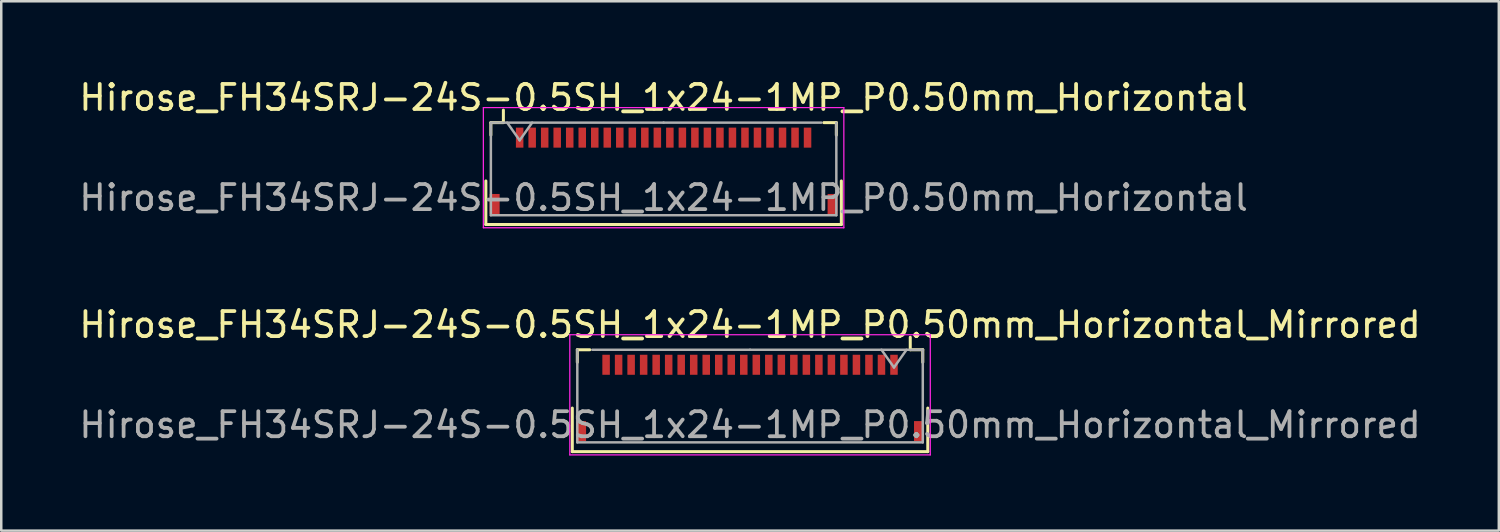
<source format=kicad_pcb>
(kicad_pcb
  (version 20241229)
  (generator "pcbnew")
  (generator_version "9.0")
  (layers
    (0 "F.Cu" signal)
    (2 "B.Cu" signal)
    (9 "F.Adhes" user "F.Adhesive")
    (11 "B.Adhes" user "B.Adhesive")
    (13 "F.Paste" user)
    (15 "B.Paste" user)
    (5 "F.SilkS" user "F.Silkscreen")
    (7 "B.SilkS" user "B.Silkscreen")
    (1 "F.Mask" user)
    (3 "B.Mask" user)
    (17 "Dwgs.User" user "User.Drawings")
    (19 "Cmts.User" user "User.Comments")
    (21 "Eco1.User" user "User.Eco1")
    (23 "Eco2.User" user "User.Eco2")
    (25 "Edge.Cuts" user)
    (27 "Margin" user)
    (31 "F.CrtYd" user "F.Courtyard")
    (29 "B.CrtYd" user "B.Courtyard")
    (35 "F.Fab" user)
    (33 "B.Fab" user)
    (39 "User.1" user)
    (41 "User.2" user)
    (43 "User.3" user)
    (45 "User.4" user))
  (footprint "Hirose_FH34SRJ-24S-0.5SH_1x24-1MP_P0.50mm_Horizontal_Mirrored"
    (layer "F.Cu")
    (at 26.911 11.921)
    (property "Reference" "Hirose_FH34SRJ-24S-0.5SH_1x24-1MP_P0.50mm_Horizontal_Mirrored" (at 0 -2 0) (layer "F.SilkS") (effects (font (size 1 1) (thickness 0.15))))
    (attr smd)
    (fp_line (start -7.1 1.33) (end -7.1 3.07) (stroke (width 0.12) (type solid)) (layer "F.SilkS"))
    (fp_line (start -7.1 3.07) (end 7.1 3.07) (stroke (width 0.12) (type solid)) (layer "F.SilkS"))
    (fp_line (start -6.9 -1) (end -6.9 -0.5) (stroke (width 0.12) (type solid)) (layer "F.SilkS"))
    (fp_line (start -6.4 -1) (end -6.9 -1) (stroke (width 0.12) (type solid)) (layer "F.SilkS"))
    (fp_line (start 6.4 -1) (end 6.4 -1.5) (stroke (width 0.12) (type solid)) (layer "F.SilkS"))
    (fp_line (start 6.4 -1) (end 6.9 -1) (stroke (width 0.12) (type solid)) (layer "F.SilkS"))
    (fp_line (start 6.9 -1) (end 6.9 -0.5) (stroke (width 0.12) (type solid)) (layer "F.SilkS"))
    (fp_line (start 7.1 3.07) (end 7.1 1.33) (stroke (width 0.12) (type solid)) (layer "F.SilkS"))
    (fp_line (start -7.2 -1.6) (end -7.2 3.2) (stroke (width 0.05) (type solid)) (layer "F.CrtYd"))
    (fp_line (start -7.2 -1.6) (end 7.2 -1.6) (stroke (width 0.05) (type solid)) (layer "F.CrtYd"))
    (fp_line (start -7.2 3.2) (end 7.2 3.2) (stroke (width 0.05) (type solid)) (layer "F.CrtYd"))
    (fp_line (start 7.2 3.2) (end 7.2 -1.6) (stroke (width 0.05) (type solid)) (layer "F.CrtYd"))
    (fp_line (start -6.9 -1) (end -6.9 2.7) (stroke (width 0.1) (type solid)) (layer "F.Fab"))
    (fp_line (start -6.9 2.7) (end 6.9 2.7) (stroke (width 0.1) (type default)) (layer "F.Fab"))
    (fp_line (start 0 -1) (end -6.3 -1) (stroke (width 0.1) (type solid)) (layer "F.Fab"))
    (fp_line (start 0 -1) (end 6.9 -1) (stroke (width 0.1) (type solid)) (layer "F.Fab"))
    (fp_line (start 5.75 -0.293) (end 5.25 -1) (stroke (width 0.1) (type solid)) (layer "F.Fab"))
    (fp_line (start 6.25 -1) (end 5.75 -0.293) (stroke (width 0.1) (type solid)) (layer "F.Fab"))
    (fp_line (start 6.9 -1) (end 6.9 2.7) (stroke (width 0.1) (type solid)) (layer "F.Fab"))
    (fp_text user "${REFERENCE}" (at 0 2 0) (layer "F.Fab") (effects (font (size 1 1) (thickness 0.15))))
    (pad "1" smd rect (at 5.75 -0.4) (size 0.3 0.8) (layers "F.Cu" "F.Mask" "F.Paste"))
    (pad "2" smd rect (at 5.25 -0.4) (size 0.3 0.8) (layers "F.Cu" "F.Mask" "F.Paste"))
    (pad "3" smd rect (at 4.75 -0.4) (size 0.3 0.8) (layers "F.Cu" "F.Mask" "F.Paste"))
    (pad "4" smd rect (at 4.25 -0.4) (size 0.3 0.8) (layers "F.Cu" "F.Mask" "F.Paste"))
    (pad "5" smd rect (at 3.75 -0.4) (size 0.3 0.8) (layers "F.Cu" "F.Mask" "F.Paste"))
    (pad "6" smd rect (at 3.25 -0.4) (size 0.3 0.8) (layers "F.Cu" "F.Mask" "F.Paste"))
    (pad "7" smd rect (at 2.75 -0.4) (size 0.3 0.8) (layers "F.Cu" "F.Mask" "F.Paste"))
    (pad "8" smd rect (at 2.25 -0.4) (size 0.3 0.8) (layers "F.Cu" "F.Mask" "F.Paste"))
    (pad "9" smd rect (at 1.75 -0.4) (size 0.3 0.8) (layers "F.Cu" "F.Mask" "F.Paste"))
    (pad "10" smd rect (at 1.25 -0.4) (size 0.3 0.8) (layers "F.Cu" "F.Mask" "F.Paste"))
    (pad "11" smd rect (at 0.75 -0.4) (size 0.3 0.8) (layers "F.Cu" "F.Mask" "F.Paste"))
    (pad "12" smd rect (at 0.25 -0.4) (size 0.3 0.8) (layers "F.Cu" "F.Mask" "F.Paste"))
    (pad "13" smd rect (at -0.25 -0.4) (size 0.3 0.8) (layers "F.Cu" "F.Mask" "F.Paste"))
    (pad "14" smd rect (at -0.75 -0.4) (size 0.3 0.8) (layers "F.Cu" "F.Mask" "F.Paste"))
    (pad "15" smd rect (at -1.25 -0.4) (size 0.3 0.8) (layers "F.Cu" "F.Mask" "F.Paste"))
    (pad "16" smd rect (at -1.75 -0.4) (size 0.3 0.8) (layers "F.Cu" "F.Mask" "F.Paste"))
    (pad "17" smd rect (at -2.25 -0.4) (size 0.3 0.8) (layers "F.Cu" "F.Mask" "F.Paste"))
    (pad "18" smd rect (at -2.75 -0.4) (size 0.3 0.8) (layers "F.Cu" "F.Mask" "F.Paste"))
    (pad "19" smd rect (at -3.25 -0.4) (size 0.3 0.8) (layers "F.Cu" "F.Mask" "F.Paste"))
    (pad "20" smd rect (at -3.75 -0.4) (size 0.3 0.8) (layers "F.Cu" "F.Mask" "F.Paste"))
    (pad "21" smd rect (at -4.25 -0.4) (size 0.3 0.8) (layers "F.Cu" "F.Mask" "F.Paste"))
    (pad "22" smd rect (at -4.75 -0.4) (size 0.3 0.8) (layers "F.Cu" "F.Mask" "F.Paste"))
    (pad "23" smd rect (at -5.25 -0.4) (size 0.3 0.8) (layers "F.Cu" "F.Mask" "F.Paste"))
    (pad "24" smd rect (at -5.75 -0.4) (size 0.3 0.8) (layers "F.Cu" "F.Mask" "F.Paste"))
    (pad "MP" smd rect (at -6.75 2.25) (size 0.4 0.8) (layers "F.Cu" "F.Mask" "F.Paste"))
    (pad "MP" smd rect (at 6.75 2.25) (size 0.4 0.8) (layers "F.Cu" "F.Mask" "F.Paste")))
  (footprint "Hirose_FH34SRJ-24S-0.5SH_1x24-1MP_P0.50mm_Horizontal"
    (layer "F.Cu")
    (at 23.458 2.848)
    (property "Reference" "Hirose_FH34SRJ-24S-0.5SH_1x24-1MP_P0.50mm_Horizontal" (at 0 -2 0) (layer "F.SilkS") (effects (font (size 1 1) (thickness 0.15))))
    (attr smd)
    (fp_line (start -7.1 1.33) (end -7.1 3.07) (stroke (width 0.12) (type solid)) (layer "F.SilkS"))
    (fp_line (start -7.1 3.07) (end 7.1 3.07) (stroke (width 0.12) (type solid)) (layer "F.SilkS"))
    (fp_line (start -6.9 -1) (end -6.9 -0.5) (stroke (width 0.12) (type solid)) (layer "F.SilkS"))
    (fp_line (start -6.4 -1) (end -6.9 -1) (stroke (width 0.12) (type solid)) (layer "F.SilkS"))
    (fp_line (start -6.4 -1) (end -6.4 -1.5) (stroke (width 0.12) (type solid)) (layer "F.SilkS"))
    (fp_line (start 6.4 -1) (end 6.9 -1) (stroke (width 0.12) (type solid)) (layer "F.SilkS"))
    (fp_line (start 6.9 -1) (end 6.9 -0.5) (stroke (width 0.12) (type solid)) (layer "F.SilkS"))
    (fp_line (start 7.1 3.07) (end 7.1 1.33) (stroke (width 0.12) (type solid)) (layer "F.SilkS"))
    (fp_line (start -7.2 -1.6) (end -7.2 3.2) (stroke (width 0.05) (type solid)) (layer "F.CrtYd"))
    (fp_line (start -7.2 3.2) (end 7.2 3.2) (stroke (width 0.05) (type solid)) (layer "F.CrtYd"))
    (fp_line (start 7.2 -1.6) (end -7.2 -1.6) (stroke (width 0.05) (type solid)) (layer "F.CrtYd"))
    (fp_line (start 7.2 3.2) (end 7.2 -1.6) (stroke (width 0.05) (type solid)) (layer "F.CrtYd"))
    (fp_line (start -6.9 -1) (end -6.9 2.7) (stroke (width 0.1) (type solid)) (layer "F.Fab"))
    (fp_line (start -6.9 2.7) (end 6.9 2.7) (stroke (width 0.1) (type default)) (layer "F.Fab"))
    (fp_line (start -6.25 -1) (end -5.75 -0.293) (stroke (width 0.1) (type solid)) (layer "F.Fab"))
    (fp_line (start -5.75 -0.293) (end -5.25 -1) (stroke (width 0.1) (type solid)) (layer "F.Fab"))
    (fp_line (start 0 -1) (end -6.9 -1) (stroke (width 0.1) (type solid)) (layer "F.Fab"))
    (fp_line (start 0 -1) (end 6.3 -1) (stroke (width 0.1) (type solid)) (layer "F.Fab"))
    (fp_line (start 6.9 -1) (end 6.9 2.7) (stroke (width 0.1) (type solid)) (layer "F.Fab"))
    (fp_text user "${REFERENCE}" (at 0 2 0) (layer "F.Fab") (effects (font (size 1 1) (thickness 0.15))))
    (pad "1" smd rect (at -5.75 -0.4) (size 0.3 0.8) (layers "F.Cu" "F.Mask" "F.Paste"))
    (pad "2" smd rect (at -5.25 -0.4) (size 0.3 0.8) (layers "F.Cu" "F.Mask" "F.Paste"))
    (pad "3" smd rect (at -4.75 -0.4) (size 0.3 0.8) (layers "F.Cu" "F.Mask" "F.Paste"))
    (pad "4" smd rect (at -4.25 -0.4) (size 0.3 0.8) (layers "F.Cu" "F.Mask" "F.Paste"))
    (pad "5" smd rect (at -3.75 -0.4) (size 0.3 0.8) (layers "F.Cu" "F.Mask" "F.Paste"))
    (pad "6" smd rect (at -3.25 -0.4) (size 0.3 0.8) (layers "F.Cu" "F.Mask" "F.Paste"))
    (pad "7" smd rect (at -2.75 -0.4) (size 0.3 0.8) (layers "F.Cu" "F.Mask" "F.Paste"))
    (pad "8" smd rect (at -2.25 -0.4) (size 0.3 0.8) (layers "F.Cu" "F.Mask" "F.Paste"))
    (pad "9" smd rect (at -1.75 -0.4) (size 0.3 0.8) (layers "F.Cu" "F.Mask" "F.Paste"))
    (pad "10" smd rect (at -1.25 -0.4) (size 0.3 0.8) (layers "F.Cu" "F.Mask" "F.Paste"))
    (pad "11" smd rect (at -0.75 -0.4) (size 0.3 0.8) (layers "F.Cu" "F.Mask" "F.Paste"))
    (pad "12" smd rect (at -0.25 -0.4) (size 0.3 0.8) (layers "F.Cu" "F.Mask" "F.Paste"))
    (pad "13" smd rect (at 0.25 -0.4) (size 0.3 0.8) (layers "F.Cu" "F.Mask" "F.Paste"))
    (pad "14" smd rect (at 0.75 -0.4) (size 0.3 0.8) (layers "F.Cu" "F.Mask" "F.Paste"))
    (pad "15" smd rect (at 1.25 -0.4) (size 0.3 0.8) (layers "F.Cu" "F.Mask" "F.Paste"))
    (pad "16" smd rect (at 1.75 -0.4) (size 0.3 0.8) (layers "F.Cu" "F.Mask" "F.Paste"))
    (pad "17" smd rect (at 2.25 -0.4) (size 0.3 0.8) (layers "F.Cu" "F.Mask" "F.Paste"))
    (pad "18" smd rect (at 2.75 -0.4) (size 0.3 0.8) (layers "F.Cu" "F.Mask" "F.Paste"))
    (pad "19" smd rect (at 3.25 -0.4) (size 0.3 0.8) (layers "F.Cu" "F.Mask" "F.Paste"))
    (pad "20" smd rect (at 3.75 -0.4) (size 0.3 0.8) (layers "F.Cu" "F.Mask" "F.Paste"))
    (pad "21" smd rect (at 4.25 -0.4) (size 0.3 0.8) (layers "F.Cu" "F.Mask" "F.Paste"))
    (pad "22" smd rect (at 4.75 -0.4) (size 0.3 0.8) (layers "F.Cu" "F.Mask" "F.Paste"))
    (pad "23" smd rect (at 5.25 -0.4) (size 0.3 0.8) (layers "F.Cu" "F.Mask" "F.Paste"))
    (pad "24" smd rect (at 5.75 -0.4) (size 0.3 0.8) (layers "F.Cu" "F.Mask" "F.Paste"))
    (pad "MP" smd rect (at -6.75 2.25) (size 0.4 0.8) (layers "F.Cu" "F.Mask" "F.Paste"))
    (pad "MP" smd rect (at 6.75 2.25) (size 0.4 0.8) (layers "F.Cu" "F.Mask" "F.Paste")))
  (gr_rect
    (start -3 -3)
    (end 56.821 18.146)
    (stroke (width 0.1) (type default))
    (fill no)
    (layer "Edge.Cuts")))
</source>
